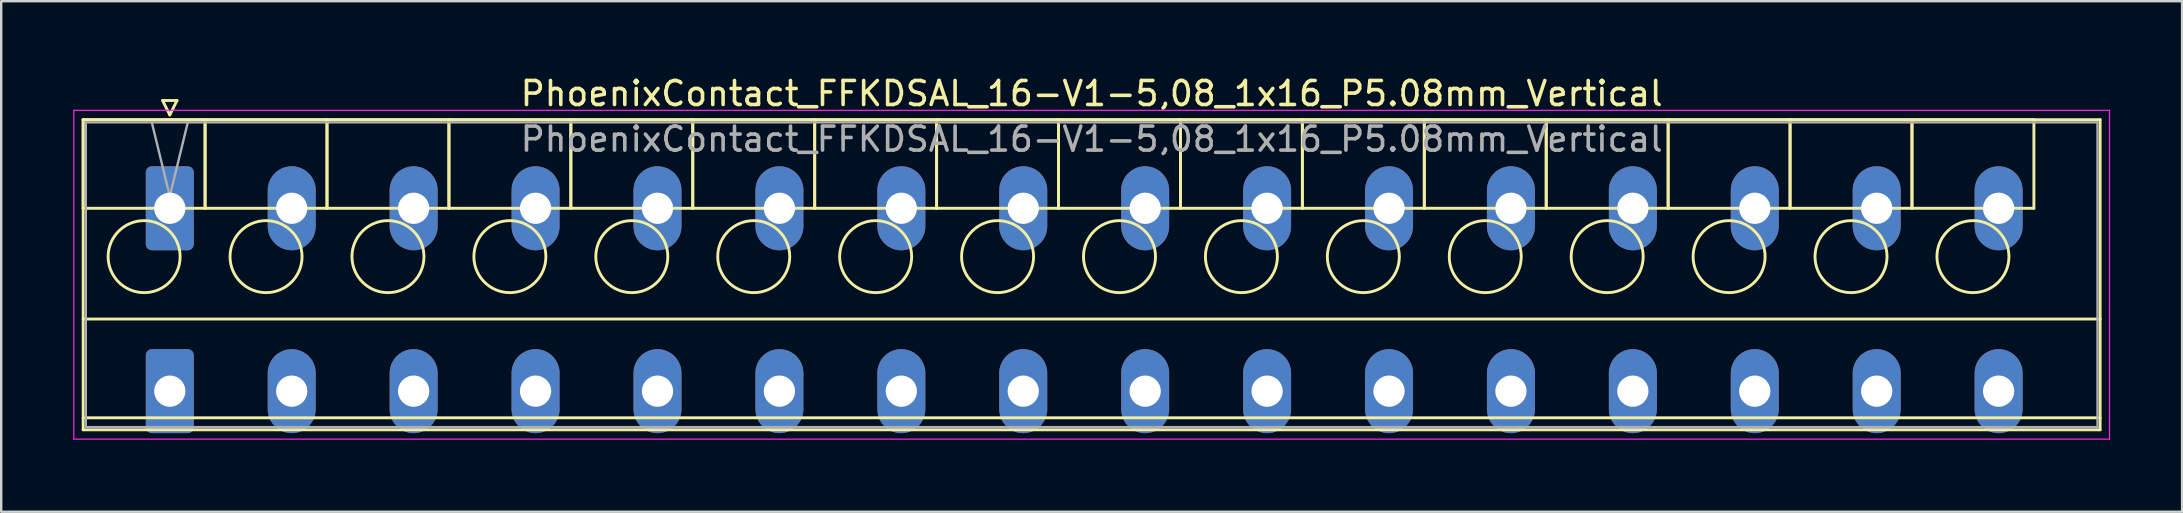
<source format=kicad_pcb>
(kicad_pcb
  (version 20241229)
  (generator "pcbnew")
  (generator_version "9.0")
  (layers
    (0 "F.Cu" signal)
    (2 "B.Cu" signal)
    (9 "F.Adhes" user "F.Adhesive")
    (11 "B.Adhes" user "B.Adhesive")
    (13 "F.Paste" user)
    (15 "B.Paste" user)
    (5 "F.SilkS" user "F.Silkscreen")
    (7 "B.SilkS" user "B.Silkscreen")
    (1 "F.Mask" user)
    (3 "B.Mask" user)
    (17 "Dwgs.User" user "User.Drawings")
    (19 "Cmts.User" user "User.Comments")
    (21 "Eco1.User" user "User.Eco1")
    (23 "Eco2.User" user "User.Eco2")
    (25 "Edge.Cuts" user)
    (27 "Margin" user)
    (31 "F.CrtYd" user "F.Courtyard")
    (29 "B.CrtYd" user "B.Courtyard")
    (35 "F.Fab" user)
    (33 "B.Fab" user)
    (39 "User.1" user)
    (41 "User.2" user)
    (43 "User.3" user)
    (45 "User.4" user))
  (footprint "PhoenixContact_FFKDSAL_16-V1-5,08_1x16_P5.08mm_Vertical"
    (layer "F.Cu")
    (at 4.025 5.628)
    (property "Reference" "PhoenixContact_FFKDSAL_16-V1-5,08_1x16_P5.08mm_Vertical" (at 38.41 -4.78 0) (layer "F.SilkS") (effects (font (size 1 1) (thickness 0.15))))
    (attr through_hole)
    (fp_line (start -3.61 -3.69) (end -3.61 0) (stroke (width 0.12) (type solid)) (layer "F.SilkS"))
    (fp_line (start -3.61 -3.69) (end -3.61 9.23) (stroke (width 0.12) (type solid)) (layer "F.SilkS"))
    (fp_line (start -3.61 0) (end 1.47 0) (stroke (width 0.12) (type solid)) (layer "F.SilkS"))
    (fp_line (start -3.61 4.615) (end 80.43 4.615) (stroke (width 0.12) (type solid)) (layer "F.SilkS"))
    (fp_line (start -3.61 8.73) (end 80.43 8.73) (stroke (width 0.12) (type solid)) (layer "F.SilkS"))
    (fp_line (start -3.61 9.23) (end 80.43 9.23) (stroke (width 0.12) (type solid)) (layer "F.SilkS"))
    (fp_line (start -0.3 -4.49) (end 0.3 -4.49) (stroke (width 0.12) (type solid)) (layer "F.SilkS"))
    (fp_line (start 0 -3.89) (end -0.3 -4.49) (stroke (width 0.12) (type solid)) (layer "F.SilkS"))
    (fp_line (start 0.3 -4.49) (end 0 -3.89) (stroke (width 0.12) (type solid)) (layer "F.SilkS"))
    (fp_line (start 1.47 -3.69) (end -3.61 -3.69) (stroke (width 0.12) (type solid)) (layer "F.SilkS"))
    (fp_line (start 1.47 -3.69) (end 1.47 0) (stroke (width 0.12) (type solid)) (layer "F.SilkS"))
    (fp_line (start 1.47 0) (end 1.47 -3.69) (stroke (width 0.12) (type solid)) (layer "F.SilkS"))
    (fp_line (start 1.47 0) (end 6.55 0) (stroke (width 0.12) (type solid)) (layer "F.SilkS"))
    (fp_line (start 6.55 -3.69) (end 1.47 -3.69) (stroke (width 0.12) (type solid)) (layer "F.SilkS"))
    (fp_line (start 6.55 -3.69) (end 6.55 0) (stroke (width 0.12) (type solid)) (layer "F.SilkS"))
    (fp_line (start 6.55 0) (end 6.55 -3.69) (stroke (width 0.12) (type solid)) (layer "F.SilkS"))
    (fp_line (start 6.55 0) (end 11.63 0) (stroke (width 0.12) (type solid)) (layer "F.SilkS"))
    (fp_line (start 11.63 -3.69) (end 6.55 -3.69) (stroke (width 0.12) (type solid)) (layer "F.SilkS"))
    (fp_line (start 11.63 -3.69) (end 11.63 0) (stroke (width 0.12) (type solid)) (layer "F.SilkS"))
    (fp_line (start 11.63 0) (end 11.63 -3.69) (stroke (width 0.12) (type solid)) (layer "F.SilkS"))
    (fp_line (start 11.63 0) (end 16.71 0) (stroke (width 0.12) (type solid)) (layer "F.SilkS"))
    (fp_line (start 16.71 -3.69) (end 11.63 -3.69) (stroke (width 0.12) (type solid)) (layer "F.SilkS"))
    (fp_line (start 16.71 -3.69) (end 16.71 0) (stroke (width 0.12) (type solid)) (layer "F.SilkS"))
    (fp_line (start 16.71 0) (end 16.71 -3.69) (stroke (width 0.12) (type solid)) (layer "F.SilkS"))
    (fp_line (start 16.71 0) (end 21.79 0) (stroke (width 0.12) (type solid)) (layer "F.SilkS"))
    (fp_line (start 21.79 -3.69) (end 16.71 -3.69) (stroke (width 0.12) (type solid)) (layer "F.SilkS"))
    (fp_line (start 21.79 -3.69) (end 21.79 0) (stroke (width 0.12) (type solid)) (layer "F.SilkS"))
    (fp_line (start 21.79 0) (end 21.79 -3.69) (stroke (width 0.12) (type solid)) (layer "F.SilkS"))
    (fp_line (start 21.79 0) (end 26.87 0) (stroke (width 0.12) (type solid)) (layer "F.SilkS"))
    (fp_line (start 26.87 -3.69) (end 21.79 -3.69) (stroke (width 0.12) (type solid)) (layer "F.SilkS"))
    (fp_line (start 26.87 -3.69) (end 26.87 0) (stroke (width 0.12) (type solid)) (layer "F.SilkS"))
    (fp_line (start 26.87 0) (end 26.87 -3.69) (stroke (width 0.12) (type solid)) (layer "F.SilkS"))
    (fp_line (start 26.87 0) (end 31.95 0) (stroke (width 0.12) (type solid)) (layer "F.SilkS"))
    (fp_line (start 31.95 -3.69) (end 26.87 -3.69) (stroke (width 0.12) (type solid)) (layer "F.SilkS"))
    (fp_line (start 31.95 -3.69) (end 31.95 0) (stroke (width 0.12) (type solid)) (layer "F.SilkS"))
    (fp_line (start 31.95 0) (end 31.95 -3.69) (stroke (width 0.12) (type solid)) (layer "F.SilkS"))
    (fp_line (start 31.95 0) (end 37.03 0) (stroke (width 0.12) (type solid)) (layer "F.SilkS"))
    (fp_line (start 37.03 -3.69) (end 31.95 -3.69) (stroke (width 0.12) (type solid)) (layer "F.SilkS"))
    (fp_line (start 37.03 -3.69) (end 37.03 0) (stroke (width 0.12) (type solid)) (layer "F.SilkS"))
    (fp_line (start 37.03 0) (end 37.03 -3.69) (stroke (width 0.12) (type solid)) (layer "F.SilkS"))
    (fp_line (start 37.03 0) (end 42.11 0) (stroke (width 0.12) (type solid)) (layer "F.SilkS"))
    (fp_line (start 42.11 -3.69) (end 37.03 -3.69) (stroke (width 0.12) (type solid)) (layer "F.SilkS"))
    (fp_line (start 42.11 -3.69) (end 42.11 0) (stroke (width 0.12) (type solid)) (layer "F.SilkS"))
    (fp_line (start 42.11 0) (end 42.11 -3.69) (stroke (width 0.12) (type solid)) (layer "F.SilkS"))
    (fp_line (start 42.11 0) (end 47.19 0) (stroke (width 0.12) (type solid)) (layer "F.SilkS"))
    (fp_line (start 47.19 -3.69) (end 42.11 -3.69) (stroke (width 0.12) (type solid)) (layer "F.SilkS"))
    (fp_line (start 47.19 -3.69) (end 47.19 0) (stroke (width 0.12) (type solid)) (layer "F.SilkS"))
    (fp_line (start 47.19 0) (end 47.19 -3.69) (stroke (width 0.12) (type solid)) (layer "F.SilkS"))
    (fp_line (start 47.19 0) (end 52.27 0) (stroke (width 0.12) (type solid)) (layer "F.SilkS"))
    (fp_line (start 52.27 -3.69) (end 47.19 -3.69) (stroke (width 0.12) (type solid)) (layer "F.SilkS"))
    (fp_line (start 52.27 -3.69) (end 52.27 0) (stroke (width 0.12) (type solid)) (layer "F.SilkS"))
    (fp_line (start 52.27 0) (end 52.27 -3.69) (stroke (width 0.12) (type solid)) (layer "F.SilkS"))
    (fp_line (start 52.27 0) (end 57.35 0) (stroke (width 0.12) (type solid)) (layer "F.SilkS"))
    (fp_line (start 57.35 -3.69) (end 52.27 -3.69) (stroke (width 0.12) (type solid)) (layer "F.SilkS"))
    (fp_line (start 57.35 -3.69) (end 57.35 0) (stroke (width 0.12) (type solid)) (layer "F.SilkS"))
    (fp_line (start 57.35 0) (end 57.35 -3.69) (stroke (width 0.12) (type solid)) (layer "F.SilkS"))
    (fp_line (start 57.35 0) (end 62.43 0) (stroke (width 0.12) (type solid)) (layer "F.SilkS"))
    (fp_line (start 62.43 -3.69) (end 57.35 -3.69) (stroke (width 0.12) (type solid)) (layer "F.SilkS"))
    (fp_line (start 62.43 -3.69) (end 62.43 0) (stroke (width 0.12) (type solid)) (layer "F.SilkS"))
    (fp_line (start 62.43 0) (end 62.43 -3.69) (stroke (width 0.12) (type solid)) (layer "F.SilkS"))
    (fp_line (start 62.43 0) (end 67.51 0) (stroke (width 0.12) (type solid)) (layer "F.SilkS"))
    (fp_line (start 67.51 -3.69) (end 62.43 -3.69) (stroke (width 0.12) (type solid)) (layer "F.SilkS"))
    (fp_line (start 67.51 -3.69) (end 67.51 0) (stroke (width 0.12) (type solid)) (layer "F.SilkS"))
    (fp_line (start 67.51 0) (end 67.51 -3.69) (stroke (width 0.12) (type solid)) (layer "F.SilkS"))
    (fp_line (start 67.51 0) (end 72.59 0) (stroke (width 0.12) (type solid)) (layer "F.SilkS"))
    (fp_line (start 72.59 -3.69) (end 67.51 -3.69) (stroke (width 0.12) (type solid)) (layer "F.SilkS"))
    (fp_line (start 72.59 -3.69) (end 72.59 0) (stroke (width 0.12) (type solid)) (layer "F.SilkS"))
    (fp_line (start 72.59 0) (end 72.59 -3.69) (stroke (width 0.12) (type solid)) (layer "F.SilkS"))
    (fp_line (start 72.59 0) (end 77.67 0) (stroke (width 0.12) (type solid)) (layer "F.SilkS"))
    (fp_line (start 77.67 -3.69) (end 72.59 -3.69) (stroke (width 0.12) (type solid)) (layer "F.SilkS"))
    (fp_line (start 77.67 0) (end 77.67 -3.69) (stroke (width 0.12) (type solid)) (layer "F.SilkS"))
    (fp_line (start 80.43 -3.69) (end -3.61 -3.69) (stroke (width 0.12) (type solid)) (layer "F.SilkS"))
    (fp_line (start 80.43 9.23) (end 80.43 -3.69) (stroke (width 0.12) (type solid)) (layer "F.SilkS"))
    (fp_circle (center -1.07 2.015) (end 0.43 2.015) (stroke (width 0.12) (type solid)) (fill no) (layer "F.SilkS"))
    (fp_circle (center 4.01 2.015) (end 5.51 2.015) (stroke (width 0.12) (type solid)) (fill no) (layer "F.SilkS"))
    (fp_circle (center 9.09 2.015) (end 10.59 2.015) (stroke (width 0.12) (type solid)) (fill no) (layer "F.SilkS"))
    (fp_circle (center 14.17 2.015) (end 15.67 2.015) (stroke (width 0.12) (type solid)) (fill no) (layer "F.SilkS"))
    (fp_circle (center 19.25 2.015) (end 20.75 2.015) (stroke (width 0.12) (type solid)) (fill no) (layer "F.SilkS"))
    (fp_circle (center 24.33 2.015) (end 25.83 2.015) (stroke (width 0.12) (type solid)) (fill no) (layer "F.SilkS"))
    (fp_circle (center 29.41 2.015) (end 30.91 2.015) (stroke (width 0.12) (type solid)) (fill no) (layer "F.SilkS"))
    (fp_circle (center 34.49 2.015) (end 35.99 2.015) (stroke (width 0.12) (type solid)) (fill no) (layer "F.SilkS"))
    (fp_circle (center 39.57 2.015) (end 41.07 2.015) (stroke (width 0.12) (type solid)) (fill no) (layer "F.SilkS"))
    (fp_circle (center 44.65 2.015) (end 46.15 2.015) (stroke (width 0.12) (type solid)) (fill no) (layer "F.SilkS"))
    (fp_circle (center 49.73 2.015) (end 51.23 2.015) (stroke (width 0.12) (type solid)) (fill no) (layer "F.SilkS"))
    (fp_circle (center 54.81 2.015) (end 56.31 2.015) (stroke (width 0.12) (type solid)) (fill no) (layer "F.SilkS"))
    (fp_circle (center 59.89 2.015) (end 61.39 2.015) (stroke (width 0.12) (type solid)) (fill no) (layer "F.SilkS"))
    (fp_circle (center 64.97 2.015) (end 66.47 2.015) (stroke (width 0.12) (type solid)) (fill no) (layer "F.SilkS"))
    (fp_circle (center 70.05 2.015) (end 71.55 2.015) (stroke (width 0.12) (type solid)) (fill no) (layer "F.SilkS"))
    (fp_circle (center 75.13 2.015) (end 76.63 2.015) (stroke (width 0.12) (type solid)) (fill no) (layer "F.SilkS"))
    (fp_line (start -4 -4.08) (end -4 9.62) (stroke (width 0.05) (type solid)) (layer "F.CrtYd"))
    (fp_line (start -4 9.62) (end 80.82 9.62) (stroke (width 0.05) (type solid)) (layer "F.CrtYd"))
    (fp_line (start 80.82 -4.08) (end -4 -4.08) (stroke (width 0.05) (type solid)) (layer "F.CrtYd"))
    (fp_line (start 80.82 9.62) (end 80.82 -4.08) (stroke (width 0.05) (type solid)) (layer "F.CrtYd"))
    (fp_line (start -3.5 -3.58) (end -3.5 9.12) (stroke (width 0.1) (type solid)) (layer "F.Fab"))
    (fp_line (start -3.5 9.12) (end 80.32 9.12) (stroke (width 0.1) (type solid)) (layer "F.Fab"))
    (fp_line (start 0 -0.5) (end -0.75 -3.58) (stroke (width 0.1) (type solid)) (layer "F.Fab"))
    (fp_line (start 0.75 -3.58) (end 0 -0.5) (stroke (width 0.1) (type solid)) (layer "F.Fab"))
    (fp_line (start 80.32 -3.58) (end -3.5 -3.58) (stroke (width 0.1) (type solid)) (layer "F.Fab"))
    (fp_line (start 80.32 9.12) (end 80.32 -3.58) (stroke (width 0.1) (type solid)) (layer "F.Fab"))
    (fp_text user "${REFERENCE}" (at 38.41 -2.88 0) (layer "F.Fab") (effects (font (size 1 1) (thickness 0.15))))
    (pad "1" thru_hole roundrect (at 0 0) (size 2 3.5) (drill 1.3) (layers "*.Cu" "*.Mask") (roundrect_rratio 0.125))
    (pad "1" thru_hole roundrect (at 0 7.62) (size 2 3.5) (drill 1.3) (layers "*.Cu" "*.Mask") (roundrect_rratio 0.125))
    (pad "2" thru_hole oval (at 5.08 0) (size 2 3.5) (drill 1.3) (layers "*.Cu" "*.Mask"))
    (pad "2" thru_hole oval (at 5.08 7.62) (size 2 3.5) (drill 1.3) (layers "*.Cu" "*.Mask"))
    (pad "3" thru_hole oval (at 10.16 0) (size 2 3.5) (drill 1.3) (layers "*.Cu" "*.Mask"))
    (pad "3" thru_hole oval (at 10.16 7.62) (size 2 3.5) (drill 1.3) (layers "*.Cu" "*.Mask"))
    (pad "4" thru_hole oval (at 15.24 0) (size 2 3.5) (drill 1.3) (layers "*.Cu" "*.Mask"))
    (pad "4" thru_hole oval (at 15.24 7.62) (size 2 3.5) (drill 1.3) (layers "*.Cu" "*.Mask"))
    (pad "5" thru_hole oval (at 20.32 0) (size 2 3.5) (drill 1.3) (layers "*.Cu" "*.Mask"))
    (pad "5" thru_hole oval (at 20.32 7.62) (size 2 3.5) (drill 1.3) (layers "*.Cu" "*.Mask"))
    (pad "6" thru_hole oval (at 25.4 0) (size 2 3.5) (drill 1.3) (layers "*.Cu" "*.Mask"))
    (pad "6" thru_hole oval (at 25.4 7.62) (size 2 3.5) (drill 1.3) (layers "*.Cu" "*.Mask"))
    (pad "7" thru_hole oval (at 30.48 0) (size 2 3.5) (drill 1.3) (layers "*.Cu" "*.Mask"))
    (pad "7" thru_hole oval (at 30.48 7.62) (size 2 3.5) (drill 1.3) (layers "*.Cu" "*.Mask"))
    (pad "8" thru_hole oval (at 35.56 0) (size 2 3.5) (drill 1.3) (layers "*.Cu" "*.Mask"))
    (pad "8" thru_hole oval (at 35.56 7.62) (size 2 3.5) (drill 1.3) (layers "*.Cu" "*.Mask"))
    (pad "9" thru_hole oval (at 40.64 0) (size 2 3.5) (drill 1.3) (layers "*.Cu" "*.Mask"))
    (pad "9" thru_hole oval (at 40.64 7.62) (size 2 3.5) (drill 1.3) (layers "*.Cu" "*.Mask"))
    (pad "10" thru_hole oval (at 45.72 0) (size 2 3.5) (drill 1.3) (layers "*.Cu" "*.Mask"))
    (pad "10" thru_hole oval (at 45.72 7.62) (size 2 3.5) (drill 1.3) (layers "*.Cu" "*.Mask"))
    (pad "11" thru_hole oval (at 50.8 0) (size 2 3.5) (drill 1.3) (layers "*.Cu" "*.Mask"))
    (pad "11" thru_hole oval (at 50.8 7.62) (size 2 3.5) (drill 1.3) (layers "*.Cu" "*.Mask"))
    (pad "12" thru_hole oval (at 55.88 0) (size 2 3.5) (drill 1.3) (layers "*.Cu" "*.Mask"))
    (pad "12" thru_hole oval (at 55.88 7.62) (size 2 3.5) (drill 1.3) (layers "*.Cu" "*.Mask"))
    (pad "13" thru_hole oval (at 60.96 0) (size 2 3.5) (drill 1.3) (layers "*.Cu" "*.Mask"))
    (pad "13" thru_hole oval (at 60.96 7.62) (size 2 3.5) (drill 1.3) (layers "*.Cu" "*.Mask"))
    (pad "14" thru_hole oval (at 66.04 0) (size 2 3.5) (drill 1.3) (layers "*.Cu" "*.Mask"))
    (pad "14" thru_hole oval (at 66.04 7.62) (size 2 3.5) (drill 1.3) (layers "*.Cu" "*.Mask"))
    (pad "15" thru_hole oval (at 71.12 0) (size 2 3.5) (drill 1.3) (layers "*.Cu" "*.Mask"))
    (pad "15" thru_hole oval (at 71.12 7.62) (size 2 3.5) (drill 1.3) (layers "*.Cu" "*.Mask"))
    (pad "16" thru_hole oval (at 76.2 0) (size 2 3.5) (drill 1.3) (layers "*.Cu" "*.Mask"))
    (pad "16" thru_hole oval (at 76.2 7.62) (size 2 3.5) (drill 1.3) (layers "*.Cu" "*.Mask")))
  (gr_rect
    (start -3 -3)
    (end 87.87 18.273)
    (stroke (width 0.1) (type default))
    (fill no)
    (layer "Edge.Cuts")))
</source>
